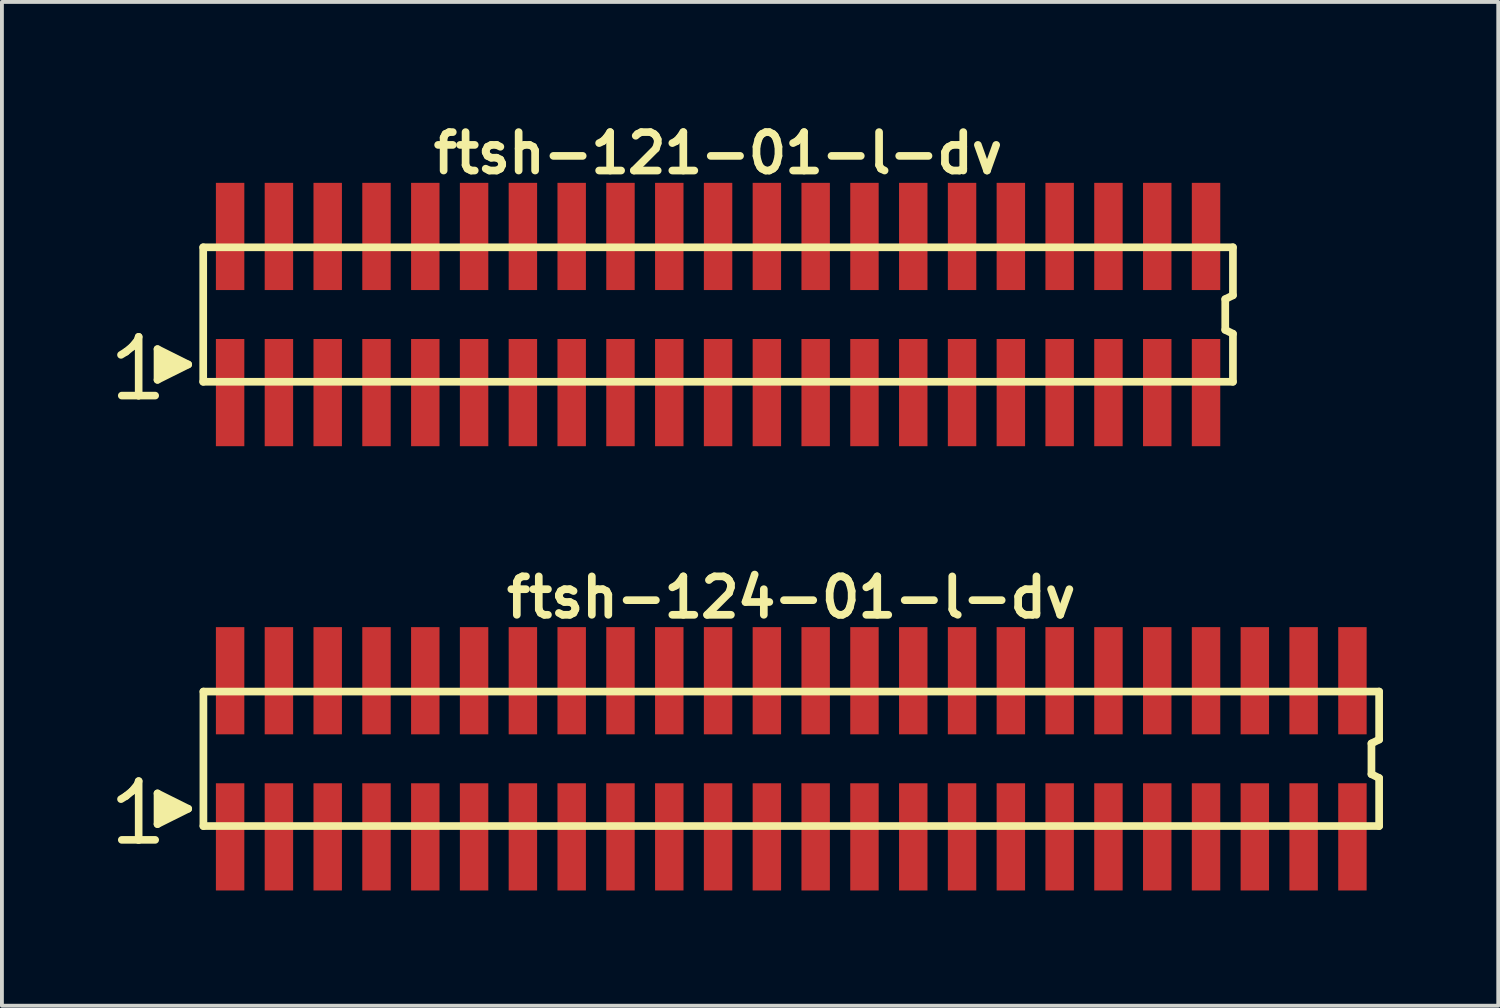
<source format=kicad_pcb>
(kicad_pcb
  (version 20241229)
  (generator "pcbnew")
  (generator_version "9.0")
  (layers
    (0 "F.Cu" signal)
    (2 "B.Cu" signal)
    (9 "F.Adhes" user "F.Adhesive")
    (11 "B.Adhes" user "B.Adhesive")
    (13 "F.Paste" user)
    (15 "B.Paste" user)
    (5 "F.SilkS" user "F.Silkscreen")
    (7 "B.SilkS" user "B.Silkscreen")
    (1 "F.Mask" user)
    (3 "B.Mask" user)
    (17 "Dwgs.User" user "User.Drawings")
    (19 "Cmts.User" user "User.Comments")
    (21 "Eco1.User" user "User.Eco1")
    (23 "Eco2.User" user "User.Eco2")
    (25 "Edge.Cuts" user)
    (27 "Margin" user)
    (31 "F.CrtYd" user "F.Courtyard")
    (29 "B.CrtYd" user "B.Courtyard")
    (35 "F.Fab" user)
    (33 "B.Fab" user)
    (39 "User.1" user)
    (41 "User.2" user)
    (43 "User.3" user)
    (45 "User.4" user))
  (footprint "ftsh-121-01-l-dv"
    (layer "F.Cu")
    (at 15.639 5.136)
    (property "Reference" "ftsh-121-01-l-dv" (at 0 -4.2 0) (layer "F.SilkS") (effects (font (size 1 1) (thickness 0.2))))
    (attr through_hole)
    (fp_line (start -15.54 1.05) (end -15.41 0.97) (stroke (width 0.198) (type solid)) (layer "F.SilkS"))
    (fp_line (start -15.41 0.97) (end -15.25 0.84) (stroke (width 0.198) (type solid)) (layer "F.SilkS"))
    (fp_line (start -15.25 0.84) (end -15.11 0.67) (stroke (width 0.198) (type solid)) (layer "F.SilkS"))
    (fp_line (start -15.11 0.67) (end -15.08 0.58) (stroke (width 0.198) (type solid)) (layer "F.SilkS"))
    (fp_line (start -15.08 0.58) (end -15.08 2.11) (stroke (width 0.198) (type solid)) (layer "F.SilkS"))
    (fp_line (start -15.08 2.11) (end -15.52 2.11) (stroke (width 0.198) (type solid)) (layer "F.SilkS"))
    (fp_line (start -14.65 2.11) (end -15.09 2.11) (stroke (width 0.198) (type solid)) (layer "F.SilkS"))
    (fp_line (start -14.59 0.9) (end -13.79 1.3) (stroke (width 0.198) (type solid)) (layer "F.SilkS"))
    (fp_line (start -14.59 1.7) (end -14.59 0.9) (stroke (width 0.198) (type solid)) (layer "F.SilkS"))
    (fp_line (start -14.49 1.6) (end -14.49 1) (stroke (width 0.198) (type solid)) (layer "F.SilkS"))
    (fp_line (start -14.39 1.1) (end -14.39 1.5) (stroke (width 0.198) (type solid)) (layer "F.SilkS"))
    (fp_line (start -14.29 1.5) (end -14.29 1.1) (stroke (width 0.198) (type solid)) (layer "F.SilkS"))
    (fp_line (start -14.19 1.2) (end -14.19 1.4) (stroke (width 0.198) (type solid)) (layer "F.SilkS"))
    (fp_line (start -14.09 1.4) (end -14.09 1.2) (stroke (width 0.198) (type solid)) (layer "F.SilkS"))
    (fp_line (start -13.79 1.3) (end -14.59 1.7) (stroke (width 0.198) (type solid)) (layer "F.SilkS"))
    (fp_line (start -13.4 -1.75) (end -13.4 1.75) (stroke (width 0.2) (type solid)) (layer "F.SilkS"))
    (fp_line (start -13.4 -1.75) (end 13.4 -1.75) (stroke (width 0.2) (type solid)) (layer "F.SilkS"))
    (fp_line (start -13.4 1.75) (end 13.4 1.75) (stroke (width 0.2) (type solid)) (layer "F.SilkS"))
    (fp_line (start 13.2 -0.4) (end 13.2 0.4) (stroke (width 0.2) (type solid)) (layer "F.SilkS"))
    (fp_line (start 13.2 0.4) (end 13.4 0.5) (stroke (width 0.2) (type solid)) (layer "F.SilkS"))
    (fp_line (start 13.4 -0.5) (end 13.2 -0.4) (stroke (width 0.2) (type solid)) (layer "F.SilkS"))
    (fp_line (start 13.4 -0.5) (end 13.4 -1.75) (stroke (width 0.2) (type solid)) (layer "F.SilkS"))
    (fp_line (start 13.4 0.5) (end 13.4 1.75) (stroke (width 0.2) (type solid)) (layer "F.SilkS"))
    (pad "1" smd rect (at -12.7 2.032) (size 0.74 2.79) (layers "F.Cu" "F.Mask" "F.Paste"))
    (pad "2" smd rect (at -12.7 -2.032) (size 0.74 2.79) (layers "F.Cu" "F.Mask" "F.Paste"))
    (pad "3" smd rect (at -11.43 2.032) (size 0.74 2.79) (layers "F.Cu" "F.Mask" "F.Paste"))
    (pad "4" smd rect (at -11.43 -2.032) (size 0.74 2.79) (layers "F.Cu" "F.Mask" "F.Paste"))
    (pad "5" smd rect (at -10.16 2.032) (size 0.74 2.79) (layers "F.Cu" "F.Mask" "F.Paste"))
    (pad "6" smd rect (at -10.16 -2.032) (size 0.74 2.79) (layers "F.Cu" "F.Mask" "F.Paste"))
    (pad "7" smd rect (at -8.89 2.032) (size 0.74 2.79) (layers "F.Cu" "F.Mask" "F.Paste"))
    (pad "8" smd rect (at -8.89 -2.032) (size 0.74 2.79) (layers "F.Cu" "F.Mask" "F.Paste"))
    (pad "9" smd rect (at -7.62 2.032) (size 0.74 2.79) (layers "F.Cu" "F.Mask" "F.Paste"))
    (pad "10" smd rect (at -7.62 -2.032) (size 0.74 2.79) (layers "F.Cu" "F.Mask" "F.Paste"))
    (pad "11" smd rect (at -6.35 2.032) (size 0.74 2.79) (layers "F.Cu" "F.Mask" "F.Paste"))
    (pad "12" smd rect (at -6.35 -2.032) (size 0.74 2.79) (layers "F.Cu" "F.Mask" "F.Paste"))
    (pad "13" smd rect (at -5.08 2.032) (size 0.74 2.79) (layers "F.Cu" "F.Mask" "F.Paste"))
    (pad "14" smd rect (at -5.08 -2.032) (size 0.74 2.79) (layers "F.Cu" "F.Mask" "F.Paste"))
    (pad "15" smd rect (at -3.81 2.032) (size 0.74 2.79) (layers "F.Cu" "F.Mask" "F.Paste"))
    (pad "16" smd rect (at -3.81 -2.032) (size 0.74 2.79) (layers "F.Cu" "F.Mask" "F.Paste"))
    (pad "17" smd rect (at -2.54 2.032) (size 0.74 2.79) (layers "F.Cu" "F.Mask" "F.Paste"))
    (pad "18" smd rect (at -2.54 -2.032) (size 0.74 2.79) (layers "F.Cu" "F.Mask" "F.Paste"))
    (pad "19" smd rect (at -1.27 2.032) (size 0.74 2.79) (layers "F.Cu" "F.Mask" "F.Paste"))
    (pad "20" smd rect (at -1.27 -2.032) (size 0.74 2.79) (layers "F.Cu" "F.Mask" "F.Paste"))
    (pad "21" smd rect (at 0 2.032) (size 0.74 2.79) (layers "F.Cu" "F.Mask" "F.Paste"))
    (pad "22" smd rect (at 0 -2.032) (size 0.74 2.79) (layers "F.Cu" "F.Mask" "F.Paste"))
    (pad "23" smd rect (at 1.27 2.032) (size 0.74 2.79) (layers "F.Cu" "F.Mask" "F.Paste"))
    (pad "24" smd rect (at 1.27 -2.032) (size 0.74 2.79) (layers "F.Cu" "F.Mask" "F.Paste"))
    (pad "25" smd rect (at 2.54 2.032) (size 0.74 2.79) (layers "F.Cu" "F.Mask" "F.Paste"))
    (pad "26" smd rect (at 2.54 -2.032) (size 0.74 2.79) (layers "F.Cu" "F.Mask" "F.Paste"))
    (pad "27" smd rect (at 3.81 2.032) (size 0.74 2.79) (layers "F.Cu" "F.Mask" "F.Paste"))
    (pad "28" smd rect (at 3.81 -2.032) (size 0.74 2.79) (layers "F.Cu" "F.Mask" "F.Paste"))
    (pad "29" smd rect (at 5.08 2.032) (size 0.74 2.79) (layers "F.Cu" "F.Mask" "F.Paste"))
    (pad "30" smd rect (at 5.08 -2.032) (size 0.74 2.79) (layers "F.Cu" "F.Mask" "F.Paste"))
    (pad "31" smd rect (at 6.35 2.032) (size 0.74 2.79) (layers "F.Cu" "F.Mask" "F.Paste"))
    (pad "32" smd rect (at 6.35 -2.032) (size 0.74 2.79) (layers "F.Cu" "F.Mask" "F.Paste"))
    (pad "33" smd rect (at 7.62 2.032) (size 0.74 2.79) (layers "F.Cu" "F.Mask" "F.Paste"))
    (pad "34" smd rect (at 7.62 -2.032) (size 0.74 2.79) (layers "F.Cu" "F.Mask" "F.Paste"))
    (pad "35" smd rect (at 8.89 2.032) (size 0.74 2.79) (layers "F.Cu" "F.Mask" "F.Paste"))
    (pad "36" smd rect (at 8.89 -2.032) (size 0.74 2.79) (layers "F.Cu" "F.Mask" "F.Paste"))
    (pad "37" smd rect (at 10.16 2.032) (size 0.74 2.79) (layers "F.Cu" "F.Mask" "F.Paste"))
    (pad "38" smd rect (at 10.16 -2.032) (size 0.74 2.79) (layers "F.Cu" "F.Mask" "F.Paste"))
    (pad "39" smd rect (at 11.43 2.032) (size 0.74 2.79) (layers "F.Cu" "F.Mask" "F.Paste"))
    (pad "40" smd rect (at 11.43 -2.032) (size 0.74 2.79) (layers "F.Cu" "F.Mask" "F.Paste"))
    (pad "41" smd rect (at 12.7 2.032) (size 0.74 2.79) (layers "F.Cu" "F.Mask" "F.Paste"))
    (pad "42" smd rect (at 12.7 -2.032) (size 0.74 2.79) (layers "F.Cu" "F.Mask" "F.Paste")))
  (footprint "ftsh-124-01-l-dv"
    (layer "F.Cu")
    (at 17.544 16.699)
    (property "Reference" "ftsh-124-01-l-dv" (at 0 -4.2 0) (layer "F.SilkS") (effects (font (size 1 1) (thickness 0.2))))
    (attr through_hole)
    (fp_line (start -17.445 1.05) (end -17.315 0.97) (stroke (width 0.198) (type solid)) (layer "F.SilkS"))
    (fp_line (start -17.315 0.97) (end -17.155 0.84) (stroke (width 0.198) (type solid)) (layer "F.SilkS"))
    (fp_line (start -17.155 0.84) (end -17.015 0.67) (stroke (width 0.198) (type solid)) (layer "F.SilkS"))
    (fp_line (start -17.015 0.67) (end -16.985 0.58) (stroke (width 0.198) (type solid)) (layer "F.SilkS"))
    (fp_line (start -16.985 0.58) (end -16.985 2.11) (stroke (width 0.198) (type solid)) (layer "F.SilkS"))
    (fp_line (start -16.985 2.11) (end -17.425 2.11) (stroke (width 0.198) (type solid)) (layer "F.SilkS"))
    (fp_line (start -16.555 2.11) (end -16.995 2.11) (stroke (width 0.198) (type solid)) (layer "F.SilkS"))
    (fp_line (start -16.495 0.9) (end -15.695 1.3) (stroke (width 0.198) (type solid)) (layer "F.SilkS"))
    (fp_line (start -16.495 1.7) (end -16.495 0.9) (stroke (width 0.198) (type solid)) (layer "F.SilkS"))
    (fp_line (start -16.395 1.6) (end -16.395 1) (stroke (width 0.198) (type solid)) (layer "F.SilkS"))
    (fp_line (start -16.295 1.1) (end -16.295 1.5) (stroke (width 0.198) (type solid)) (layer "F.SilkS"))
    (fp_line (start -16.195 1.5) (end -16.195 1.1) (stroke (width 0.198) (type solid)) (layer "F.SilkS"))
    (fp_line (start -16.095 1.2) (end -16.095 1.4) (stroke (width 0.198) (type solid)) (layer "F.SilkS"))
    (fp_line (start -15.995 1.4) (end -15.995 1.2) (stroke (width 0.198) (type solid)) (layer "F.SilkS"))
    (fp_line (start -15.695 1.3) (end -16.495 1.7) (stroke (width 0.198) (type solid)) (layer "F.SilkS"))
    (fp_line (start -15.3 -1.75) (end -15.3 1.75) (stroke (width 0.2) (type solid)) (layer "F.SilkS"))
    (fp_line (start -15.3 -1.75) (end 15.3 -1.75) (stroke (width 0.2) (type solid)) (layer "F.SilkS"))
    (fp_line (start -15.3 1.75) (end 15.3 1.75) (stroke (width 0.2) (type solid)) (layer "F.SilkS"))
    (fp_line (start 15.1 -0.4) (end 15.1 0.4) (stroke (width 0.2) (type solid)) (layer "F.SilkS"))
    (fp_line (start 15.1 0.4) (end 15.3 0.5) (stroke (width 0.2) (type solid)) (layer "F.SilkS"))
    (fp_line (start 15.3 -0.5) (end 15.1 -0.4) (stroke (width 0.2) (type solid)) (layer "F.SilkS"))
    (fp_line (start 15.3 -0.5) (end 15.3 -1.75) (stroke (width 0.2) (type solid)) (layer "F.SilkS"))
    (fp_line (start 15.3 0.5) (end 15.3 1.75) (stroke (width 0.2) (type solid)) (layer "F.SilkS"))
    (pad "1" smd rect (at -14.605 2.032) (size 0.74 2.79) (layers "F.Cu" "F.Mask" "F.Paste"))
    (pad "2" smd rect (at -14.605 -2.032) (size 0.74 2.79) (layers "F.Cu" "F.Mask" "F.Paste"))
    (pad "3" smd rect (at -13.335 2.032) (size 0.74 2.79) (layers "F.Cu" "F.Mask" "F.Paste"))
    (pad "4" smd rect (at -13.335 -2.032) (size 0.74 2.79) (layers "F.Cu" "F.Mask" "F.Paste"))
    (pad "5" smd rect (at -12.065 2.032) (size 0.74 2.79) (layers "F.Cu" "F.Mask" "F.Paste"))
    (pad "6" smd rect (at -12.065 -2.032) (size 0.74 2.79) (layers "F.Cu" "F.Mask" "F.Paste"))
    (pad "7" smd rect (at -10.795 2.032) (size 0.74 2.79) (layers "F.Cu" "F.Mask" "F.Paste"))
    (pad "8" smd rect (at -10.795 -2.032) (size 0.74 2.79) (layers "F.Cu" "F.Mask" "F.Paste"))
    (pad "9" smd rect (at -9.525 2.032) (size 0.74 2.79) (layers "F.Cu" "F.Mask" "F.Paste"))
    (pad "10" smd rect (at -9.525 -2.032) (size 0.74 2.79) (layers "F.Cu" "F.Mask" "F.Paste"))
    (pad "11" smd rect (at -8.255 2.032) (size 0.74 2.79) (layers "F.Cu" "F.Mask" "F.Paste"))
    (pad "12" smd rect (at -8.255 -2.032) (size 0.74 2.79) (layers "F.Cu" "F.Mask" "F.Paste"))
    (pad "13" smd rect (at -6.985 2.032) (size 0.74 2.79) (layers "F.Cu" "F.Mask" "F.Paste"))
    (pad "14" smd rect (at -6.985 -2.032) (size 0.74 2.79) (layers "F.Cu" "F.Mask" "F.Paste"))
    (pad "15" smd rect (at -5.715 2.032) (size 0.74 2.79) (layers "F.Cu" "F.Mask" "F.Paste"))
    (pad "16" smd rect (at -5.715 -2.032) (size 0.74 2.79) (layers "F.Cu" "F.Mask" "F.Paste"))
    (pad "17" smd rect (at -4.445 2.032) (size 0.74 2.79) (layers "F.Cu" "F.Mask" "F.Paste"))
    (pad "18" smd rect (at -4.445 -2.032) (size 0.74 2.79) (layers "F.Cu" "F.Mask" "F.Paste"))
    (pad "19" smd rect (at -3.175 2.032) (size 0.74 2.79) (layers "F.Cu" "F.Mask" "F.Paste"))
    (pad "20" smd rect (at -3.175 -2.032) (size 0.74 2.79) (layers "F.Cu" "F.Mask" "F.Paste"))
    (pad "21" smd rect (at -1.905 2.032) (size 0.74 2.79) (layers "F.Cu" "F.Mask" "F.Paste"))
    (pad "22" smd rect (at -1.905 -2.032) (size 0.74 2.79) (layers "F.Cu" "F.Mask" "F.Paste"))
    (pad "23" smd rect (at -0.635 2.032) (size 0.74 2.79) (layers "F.Cu" "F.Mask" "F.Paste"))
    (pad "24" smd rect (at -0.635 -2.032) (size 0.74 2.79) (layers "F.Cu" "F.Mask" "F.Paste"))
    (pad "25" smd rect (at 0.635 2.032) (size 0.74 2.79) (layers "F.Cu" "F.Mask" "F.Paste"))
    (pad "26" smd rect (at 0.635 -2.032) (size 0.74 2.79) (layers "F.Cu" "F.Mask" "F.Paste"))
    (pad "27" smd rect (at 1.905 2.032) (size 0.74 2.79) (layers "F.Cu" "F.Mask" "F.Paste"))
    (pad "28" smd rect (at 1.905 -2.032) (size 0.74 2.79) (layers "F.Cu" "F.Mask" "F.Paste"))
    (pad "29" smd rect (at 3.175 2.032) (size 0.74 2.79) (layers "F.Cu" "F.Mask" "F.Paste"))
    (pad "30" smd rect (at 3.175 -2.032) (size 0.74 2.79) (layers "F.Cu" "F.Mask" "F.Paste"))
    (pad "31" smd rect (at 4.445 2.032) (size 0.74 2.79) (layers "F.Cu" "F.Mask" "F.Paste"))
    (pad "32" smd rect (at 4.445 -2.032) (size 0.74 2.79) (layers "F.Cu" "F.Mask" "F.Paste"))
    (pad "33" smd rect (at 5.715 2.032) (size 0.74 2.79) (layers "F.Cu" "F.Mask" "F.Paste"))
    (pad "34" smd rect (at 5.715 -2.032) (size 0.74 2.79) (layers "F.Cu" "F.Mask" "F.Paste"))
    (pad "35" smd rect (at 6.985 2.032) (size 0.74 2.79) (layers "F.Cu" "F.Mask" "F.Paste"))
    (pad "36" smd rect (at 6.985 -2.032) (size 0.74 2.79) (layers "F.Cu" "F.Mask" "F.Paste"))
    (pad "37" smd rect (at 8.255 2.032) (size 0.74 2.79) (layers "F.Cu" "F.Mask" "F.Paste"))
    (pad "38" smd rect (at 8.255 -2.032) (size 0.74 2.79) (layers "F.Cu" "F.Mask" "F.Paste"))
    (pad "39" smd rect (at 9.525 2.032) (size 0.74 2.79) (layers "F.Cu" "F.Mask" "F.Paste"))
    (pad "40" smd rect (at 9.525 -2.032) (size 0.74 2.79) (layers "F.Cu" "F.Mask" "F.Paste"))
    (pad "41" smd rect (at 10.795 2.032) (size 0.74 2.79) (layers "F.Cu" "F.Mask" "F.Paste"))
    (pad "42" smd rect (at 10.795 -2.032) (size 0.74 2.79) (layers "F.Cu" "F.Mask" "F.Paste"))
    (pad "43" smd rect (at 12.065 2.032) (size 0.74 2.79) (layers "F.Cu" "F.Mask" "F.Paste"))
    (pad "44" smd rect (at 12.065 -2.032) (size 0.74 2.79) (layers "F.Cu" "F.Mask" "F.Paste"))
    (pad "45" smd rect (at 13.335 2.032) (size 0.74 2.79) (layers "F.Cu" "F.Mask" "F.Paste"))
    (pad "46" smd rect (at 13.335 -2.032) (size 0.74 2.79) (layers "F.Cu" "F.Mask" "F.Paste"))
    (pad "47" smd rect (at 14.605 2.032) (size 0.74 2.79) (layers "F.Cu" "F.Mask" "F.Paste"))
    (pad "48" smd rect (at 14.605 -2.032) (size 0.74 2.79) (layers "F.Cu" "F.Mask" "F.Paste")))
  (gr_rect
    (start -3 -3)
    (end 35.944 23.126)
    (stroke (width 0.1) (type default))
    (fill no)
    (layer "Edge.Cuts")))
</source>
